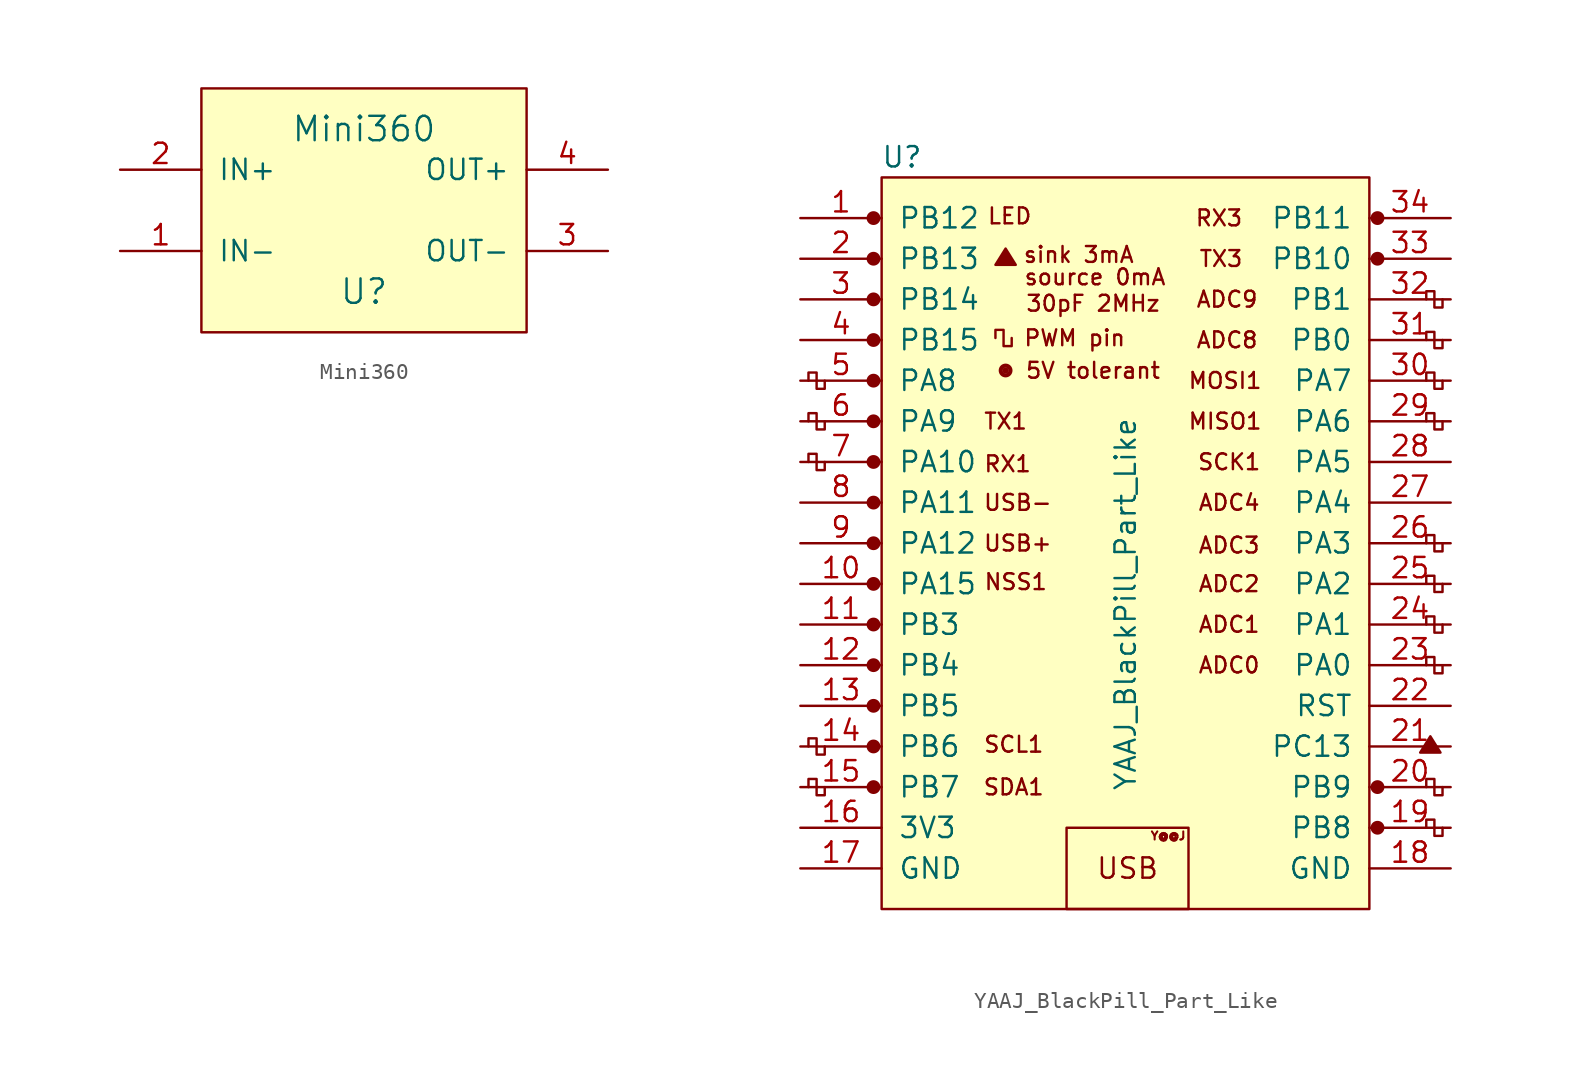
<source format=kicad_sym>
(kicad_symbol_lib
  (version 20211014)
  (generator kicad_symbol_editor)
  (symbol "Mini360"
    (pin_names
      (offset 1.016))
    (property "Reference" "U"
      (at 0 -5.08 0)
      (effects (font (size 1.524 1.524))))
    (property "Value" "Mini360"
      (at 0 5.08 0)
      (effects (font (size 1.524 1.524))))
    (symbol "Mini360_0_1"
      (rectangle (start -10.16 7.62) (end 10.16 -7.62) (stroke (width 0) (type default) (color 0 0 0 0)) (fill (type background))))
    (symbol "Mini360_1_1"
      (pin power_in line (at -15.24 -2.54 0) (length 5.08) (name "IN-" (effects (font (size 1.27 1.27)))) (number "1" (effects (font (size 1.27 1.27)))))
      (pin power_in line (at -15.24 2.54 0) (length 5.08) (name "IN+" (effects (font (size 1.27 1.27)))) (number "2" (effects (font (size 1.27 1.27)))))
      (pin power_out line (at 15.24 -2.54 180) (length 5.08) (name "OUT-" (effects (font (size 1.27 1.27)))) (number "3" (effects (font (size 1.27 1.27)))))
      (pin power_out line (at 15.24 2.54 180) (length 5.08) (name "OUT+" (effects (font (size 1.27 1.27)))) (number "4" (effects (font (size 1.27 1.27)))))))
  (symbol "YAAJ_BlackPill_Part_Like"
    (pin_names
      (offset 1.016))
    (property "Reference" "U"
      (at -13.97 24.13 0)
      (effects (font (size 1.27 1.27))))
    (property "Value" "YAAJ_BlackPill_Part_Like"
      (at 0 -3.81 90)
      (effects (font (size 1.27 1.27))))
    (symbol "YAAJ_BlackPill_Part_Like_0_0"
      (circle (center -15.748 -15.24) (radius 0.356) (stroke (width 0) (type default) (color 0 0 0 0)) (fill (type outline)))
      (circle (center -15.748 -12.7) (radius 0.356) (stroke (width 0) (type default) (color 0 0 0 0)) (fill (type outline)))
      (circle (center -15.748 -10.16) (radius 0.356) (stroke (width 0) (type default) (color 0 0 0 0)) (fill (type outline)))
      (circle (center -15.748 -7.62) (radius 0.356) (stroke (width 0) (type default) (color 0 0 0 0)) (fill (type outline)))
      (circle (center -15.748 -5.08) (radius 0.356) (stroke (width 0) (type default) (color 0 0 0 0)) (fill (type outline)))
      (circle (center -15.748 -2.54) (radius 0.356) (stroke (width 0) (type default) (color 0 0 0 0)) (fill (type outline)))
      (circle (center -15.748 0) (radius 0.356) (stroke (width 0) (type default) (color 0 0 0 0)) (fill (type outline)))
      (circle (center -15.748 2.54) (radius 0.356) (stroke (width 0) (type default) (color 0 0 0 0)) (fill (type outline)))
      (circle (center -15.748 5.08) (radius 0.356) (stroke (width 0) (type default) (color 0 0 0 0)) (fill (type outline)))
      (circle (center -15.748 7.62) (radius 0.356) (stroke (width 0) (type default) (color 0 0 0 0)) (fill (type outline)))
      (circle (center -15.748 10.16) (radius 0.356) (stroke (width 0) (type default) (color 0 0 0 0)) (fill (type outline)))
      (circle (center -15.748 12.7) (radius 0.356) (stroke (width 0) (type default) (color 0 0 0 0)) (fill (type outline)))
      (circle (center -15.748 15.24) (radius 0.356) (stroke (width 0) (type default) (color 0 0 0 0)) (fill (type outline)))
      (circle (center -15.748 20.32) (radius 0.356) (stroke (width 0) (type default) (color 0 0 0 0)) (fill (type outline)))
      (circle (center -7.493 10.795) (radius 0.127) (stroke (width 0) (type default) (color 0 0 0 0)) (fill (type outline)))
      (circle (center -7.493 10.795) (radius 0.254) (stroke (width 0) (type default) (color 0 0 0 0)) (fill (type none)))
      (circle (center -7.493 10.795) (radius 0.356) (stroke (width 0) (type default) (color 0 0 0 0)) (fill (type none)))
      (polyline (pts (xy -8.128 17.399) (xy -7.493 18.415) (xy -6.858 17.399) (xy -8.128 17.399) (xy -7.493 18.288) (xy -6.985 17.399) (xy -8.001 17.526) (xy -7.493 18.161) (xy -7.112 17.399) (xy -7.874 17.653) (xy -7.366 18.034) (xy -7.239 17.399) (xy -7.747 17.78) (xy -7.239 17.907) (xy -7.366 17.526) (xy -7.62 17.78) (xy -7.366 17.653) (xy -7.493 17.907)) (stroke (width 0) (type default) (color 0 0 0 0)) (fill (type none)))
      (polyline (pts (xy 18.415 -13.081) (xy 19.05 -12.065) (xy 19.685 -13.081) (xy 18.415 -13.081) (xy 19.05 -12.192) (xy 19.558 -13.081) (xy 18.542 -12.954) (xy 19.05 -12.319) (xy 19.431 -13.081) (xy 18.669 -12.827) (xy 19.177 -12.446) (xy 19.304 -13.081) (xy 18.796 -12.7) (xy 19.304 -12.573) (xy 19.177 -12.954) (xy 18.923 -12.7) (xy 19.177 -12.827) (xy 19.05 -12.573)) (stroke (width 0) (type default) (color 0 0 0 0)) (fill (type none)))
      (circle (center 15.748 -17.78) (radius 0.356) (stroke (width 0) (type default) (color 0 0 0 0)) (fill (type outline)))
      (circle (center 15.748 -15.24) (radius 0.356) (stroke (width 0) (type default) (color 0 0 0 0)) (fill (type outline)))
      (circle (center 15.748 17.78) (radius 0.254) (stroke (width 0) (type default) (color 0 0 0 0)) (fill (type outline)))
      (circle (center 15.748 17.78) (radius 0.356) (stroke (width 0) (type default) (color 0 0 0 0)) (fill (type none)))
      (circle (center 15.748 20.32) (radius 0.254) (stroke (width 0) (type default) (color 0 0 0 0)) (fill (type outline)))
      (circle (center 15.748 20.32) (radius 0.356) (stroke (width 0) (type default) (color 0 0 0 0)) (fill (type none)))
      (text "30pF 2MHz" (at -2.032 14.986 0) (effects (font (size 0.991 0.991))))
      (text "5V tolerant" (at -2.032 10.795 0) (effects (font (size 0.991 0.991))))
      (text "ADC0" (at 6.477 -7.62 0) (effects (font (size 0.991 0.991))))
      (text "ADC1" (at 6.477 -5.08 0) (effects (font (size 0.991 0.991))))
      (text "ADC2" (at 6.477 -2.54 0) (effects (font (size 0.991 0.991))))
      (text "ADC3" (at 6.477 -0.127 0) (effects (font (size 0.991 0.991))))
      (text "ADC4" (at 6.477 2.54 0) (effects (font (size 0.991 0.991))))
      (text "ADC8" (at 6.35 12.7 0) (effects (font (size 0.991 0.991))))
      (text "ADC9" (at 6.35 15.24 0) (effects (font (size 0.991 0.991))))
      (text "LED" (at -7.239 20.447 0) (effects (font (size 0.991 0.991))))
      (text "MISO1" (at 6.223 7.62 0) (effects (font (size 0.991 0.991))))
      (text "MOSI1" (at 6.223 10.16 0) (effects (font (size 0.991 0.991))))
      (text "NSS1" (at -6.858 -2.413 0) (effects (font (size 0.991 0.991))))
      (text "PWM pin" (at -3.175 12.827 0) (effects (font (size 0.991 0.991))))
      (text "RX1" (at -7.366 4.953 0) (effects (font (size 0.991 0.991))))
      (text "RX3" (at 5.842 20.32 0) (effects (font (size 0.991 0.991))))
      (text "SCK1" (at 6.477 5.08 0) (effects (font (size 0.991 0.991))))
      (text "SCL1" (at -6.985 -12.573 0) (effects (font (size 0.991 0.991))))
      (text "SDA1" (at -6.985 -15.24 0) (effects (font (size 0.991 0.991))))
      (text "sink 3mA" (at -2.921 18.034 0) (effects (font (size 0.991 0.991))))
      (text "source 0mA" (at -1.905 16.637 0) (effects (font (size 0.991 0.991))))
      (text "TX1" (at -7.493 7.62 0) (effects (font (size 0.991 0.991))))
      (text "TX3" (at 5.969 17.78 0) (effects (font (size 0.991 0.991))))
      (text "USB" (at 0.127 -20.32 0) (effects (font (size 1.27 1.27))))
      (text "USB+" (at -6.731 0 0) (effects (font (size 0.991 0.991))))
      (text "USB-" (at -6.731 2.54 0) (effects (font (size 0.991 0.991))))
      (text "Y@@J" (at 2.667 -18.288 0) (effects (font (size 0.508 0.508)))))
    (symbol "YAAJ_BlackPill_Part_Like_0_1"
      (rectangle (start -15.24 22.86) (end 15.24 -22.86) (stroke (width 0) (type default) (color 0 0 0 0)) (fill (type background)))
      (polyline (pts (xy -18.796 -15.24) (xy -18.796 -15.748) (xy -19.304 -15.748) (xy -19.304 -14.732) (xy -19.812 -14.732) (xy -19.812 -15.24)) (stroke (width 0) (type default) (color 0 0 0 0)) (fill (type none)))
      (polyline (pts (xy -18.796 -12.7) (xy -18.796 -13.208) (xy -19.304 -13.208) (xy -19.304 -12.192) (xy -19.812 -12.192) (xy -19.812 -12.7)) (stroke (width 0) (type default) (color 0 0 0 0)) (fill (type none)))
      (polyline (pts (xy -18.796 5.08) (xy -18.796 4.572) (xy -19.304 4.572) (xy -19.304 5.588) (xy -19.812 5.588) (xy -19.812 5.08)) (stroke (width 0) (type default) (color 0 0 0 0)) (fill (type none)))
      (polyline (pts (xy -18.796 7.62) (xy -18.796 7.112) (xy -19.304 7.112) (xy -19.304 8.128) (xy -19.812 8.128) (xy -19.812 7.62)) (stroke (width 0) (type default) (color 0 0 0 0)) (fill (type none)))
      (polyline (pts (xy -18.796 10.16) (xy -18.796 9.652) (xy -19.304 9.652) (xy -19.304 10.668) (xy -19.812 10.668) (xy -19.812 10.16)) (stroke (width 0) (type default) (color 0 0 0 0)) (fill (type none)))
      (polyline (pts (xy -7.112 12.827) (xy -7.112 12.319) (xy -7.62 12.319) (xy -7.62 13.335) (xy -8.128 13.335) (xy -8.128 12.827)) (stroke (width 0) (type default) (color 0 0 0 0)) (fill (type none)))
      (polyline (pts (xy 18.796 -17.78) (xy 18.796 -17.272) (xy 19.304 -17.272) (xy 19.304 -18.288) (xy 19.812 -18.288) (xy 19.812 -17.78)) (stroke (width 0) (type default) (color 0 0 0 0)) (fill (type none)))
      (polyline (pts (xy 18.796 -15.24) (xy 18.796 -14.732) (xy 19.304 -14.732) (xy 19.304 -15.748) (xy 19.812 -15.748) (xy 19.812 -15.24)) (stroke (width 0) (type default) (color 0 0 0 0)) (fill (type none)))
      (polyline (pts (xy 19.812 -7.62) (xy 19.812 -8.128) (xy 19.304 -8.128) (xy 19.304 -7.112) (xy 18.796 -7.112) (xy 18.796 -7.62)) (stroke (width 0) (type default) (color 0 0 0 0)) (fill (type none)))
      (polyline (pts (xy 19.812 -5.08) (xy 19.812 -5.588) (xy 19.304 -5.588) (xy 19.304 -4.572) (xy 18.796 -4.572) (xy 18.796 -5.08)) (stroke (width 0) (type default) (color 0 0 0 0)) (fill (type none)))
      (polyline (pts (xy 19.812 -2.54) (xy 19.812 -3.048) (xy 19.304 -3.048) (xy 19.304 -2.032) (xy 18.796 -2.032) (xy 18.796 -2.54)) (stroke (width 0) (type default) (color 0 0 0 0)) (fill (type none)))
      (polyline (pts (xy 19.812 0) (xy 19.812 -0.508) (xy 19.304 -0.508) (xy 19.304 0.508) (xy 18.796 0.508) (xy 18.796 0)) (stroke (width 0) (type default) (color 0 0 0 0)) (fill (type none)))
      (polyline (pts (xy 19.812 7.62) (xy 19.812 7.112) (xy 19.304 7.112) (xy 19.304 8.128) (xy 18.796 8.128) (xy 18.796 7.62)) (stroke (width 0) (type default) (color 0 0 0 0)) (fill (type none)))
      (polyline (pts (xy 19.812 10.16) (xy 19.812 9.652) (xy 19.304 9.652) (xy 19.304 10.668) (xy 18.796 10.668) (xy 18.796 10.16)) (stroke (width 0) (type default) (color 0 0 0 0)) (fill (type none)))
      (polyline (pts (xy 19.812 12.7) (xy 19.812 12.192) (xy 19.304 12.192) (xy 19.304 13.208) (xy 18.796 13.208) (xy 18.796 12.7)) (stroke (width 0) (type default) (color 0 0 0 0)) (fill (type none)))
      (polyline (pts (xy 19.812 15.24) (xy 19.812 14.732) (xy 19.304 14.732) (xy 19.304 15.748) (xy 18.796 15.748) (xy 18.796 15.24)) (stroke (width 0) (type default) (color 0 0 0 0)) (fill (type none)))
      (rectangle (start 3.937 -17.78) (end -3.683 -22.86) (stroke (width 0) (type default) (color 0 0 0 0)) (fill (type none))))
    (symbol "YAAJ_BlackPill_Part_Like_1_1"
      (circle (center -15.748 17.78) (radius 0.356) (stroke (width 0) (type default) (color 0 0 0 0)) (fill (type outline)))
      (pin bidirectional line (at -20.32 20.32 0) (length 5.08) (name "PB12" (effects (font (size 1.27 1.27)))) (number "1" (effects (font (size 1.27 1.27)))))
      (pin bidirectional line (at -20.32 -2.54 0) (length 5.08) (name "PA15" (effects (font (size 1.27 1.27)))) (number "10" (effects (font (size 1.27 1.27)))))
      (pin bidirectional line (at -20.32 -5.08 0) (length 5.08) (name "PB3" (effects (font (size 1.27 1.27)))) (number "11" (effects (font (size 1.27 1.27)))))
      (pin bidirectional line (at -20.32 -7.62 0) (length 5.08) (name "PB4" (effects (font (size 1.27 1.27)))) (number "12" (effects (font (size 1.27 1.27)))))
      (pin bidirectional line (at -20.32 -10.16 0) (length 5.08) (name "PB5" (effects (font (size 1.27 1.27)))) (number "13" (effects (font (size 1.27 1.27)))))
      (pin bidirectional line (at -20.32 -12.7 0) (length 5.08) (name "PB6" (effects (font (size 1.27 1.27)))) (number "14" (effects (font (size 1.27 1.27)))))
      (pin bidirectional line (at -20.32 -15.24 0) (length 5.08) (name "PB7" (effects (font (size 1.27 1.27)))) (number "15" (effects (font (size 1.27 1.27)))))
      (pin power_in line (at -20.32 -17.78 0) (length 5.08) (name "3V3" (effects (font (size 1.27 1.27)))) (number "16" (effects (font (size 1.27 1.27)))))
      (pin power_in line (at -20.32 -20.32 0) (length 5.08) (name "GND" (effects (font (size 1.27 1.27)))) (number "17" (effects (font (size 1.27 1.27)))))
      (pin power_in line (at 20.32 -20.32 180) (length 5.08) (name "GND" (effects (font (size 1.27 1.27)))) (number "18" (effects (font (size 1.27 1.27)))))
      (pin bidirectional line (at 20.32 -17.78 180) (length 5.08) (name "PB8" (effects (font (size 1.27 1.27)))) (number "19" (effects (font (size 1.27 1.27)))))
      (pin bidirectional line (at -20.32 17.78 0) (length 5.08) (name "PB13" (effects (font (size 1.27 1.27)))) (number "2" (effects (font (size 1.27 1.27)))))
      (pin bidirectional line (at 20.32 -15.24 180) (length 5.08) (name "PB9" (effects (font (size 1.27 1.27)))) (number "20" (effects (font (size 1.27 1.27)))))
      (pin bidirectional line (at 20.32 -12.7 180) (length 5.08) (name "PC13" (effects (font (size 1.27 1.27)))) (number "21" (effects (font (size 1.27 1.27)))))
      (pin input line (at 20.32 -10.16 180) (length 5.08) (name "RST" (effects (font (size 1.27 1.27)))) (number "22" (effects (font (size 1.27 1.27)))))
      (pin bidirectional line (at 20.32 -7.62 180) (length 5.08) (name "PA0" (effects (font (size 1.27 1.27)))) (number "23" (effects (font (size 1.27 1.27)))))
      (pin bidirectional line (at 20.32 -5.08 180) (length 5.08) (name "PA1" (effects (font (size 1.27 1.27)))) (number "24" (effects (font (size 1.27 1.27)))))
      (pin bidirectional line (at 20.32 -2.54 180) (length 5.08) (name "PA2" (effects (font (size 1.27 1.27)))) (number "25" (effects (font (size 1.27 1.27)))))
      (pin bidirectional line (at 20.32 0 180) (length 5.08) (name "PA3" (effects (font (size 1.27 1.27)))) (number "26" (effects (font (size 1.27 1.27)))))
      (pin bidirectional line (at 20.32 2.54 180) (length 5.08) (name "PA4" (effects (font (size 1.27 1.27)))) (number "27" (effects (font (size 1.27 1.27)))))
      (pin bidirectional line (at 20.32 5.08 180) (length 5.08) (name "PA5" (effects (font (size 1.27 1.27)))) (number "28" (effects (font (size 1.27 1.27)))))
      (pin bidirectional line (at 20.32 7.62 180) (length 5.08) (name "PA6" (effects (font (size 1.27 1.27)))) (number "29" (effects (font (size 1.27 1.27)))))
      (pin bidirectional line (at -20.32 15.24 0) (length 5.08) (name "PB14" (effects (font (size 1.27 1.27)))) (number "3" (effects (font (size 1.27 1.27)))))
      (pin bidirectional line (at 20.32 10.16 180) (length 5.08) (name "PA7" (effects (font (size 1.27 1.27)))) (number "30" (effects (font (size 1.27 1.27)))))
      (pin bidirectional line (at 20.32 12.7 180) (length 5.08) (name "PB0" (effects (font (size 1.27 1.27)))) (number "31" (effects (font (size 1.27 1.27)))))
      (pin bidirectional line (at 20.32 15.24 180) (length 5.08) (name "PB1" (effects (font (size 1.27 1.27)))) (number "32" (effects (font (size 1.27 1.27)))))
      (pin bidirectional line (at 20.32 17.78 180) (length 5.08) (name "PB10" (effects (font (size 1.27 1.27)))) (number "33" (effects (font (size 1.27 1.27)))))
      (pin bidirectional line (at 20.32 20.32 180) (length 5.08) (name "PB11" (effects (font (size 1.27 1.27)))) (number "34" (effects (font (size 1.27 1.27)))))
      (pin bidirectional line (at -20.32 12.7 0) (length 5.08) (name "PB15" (effects (font (size 1.27 1.27)))) (number "4" (effects (font (size 1.27 1.27)))))
      (pin bidirectional line (at -20.32 10.16 0) (length 5.08) (name "PA8" (effects (font (size 1.27 1.27)))) (number "5" (effects (font (size 1.27 1.27)))))
      (pin bidirectional line (at -20.32 7.62 0) (length 5.08) (name "PA9" (effects (font (size 1.27 1.27)))) (number "6" (effects (font (size 1.27 1.27)))))
      (pin bidirectional line (at -20.32 5.08 0) (length 5.08) (name "PA10" (effects (font (size 1.27 1.27)))) (number "7" (effects (font (size 1.27 1.27)))))
      (pin bidirectional line (at -20.32 2.54 0) (length 5.08) (name "PA11" (effects (font (size 1.27 1.27)))) (number "8" (effects (font (size 1.27 1.27)))))
      (pin bidirectional line (at -20.32 0 0) (length 5.08) (name "PA12" (effects (font (size 1.27 1.27)))) (number "9" (effects (font (size 1.27 1.27))))))))
</source>
